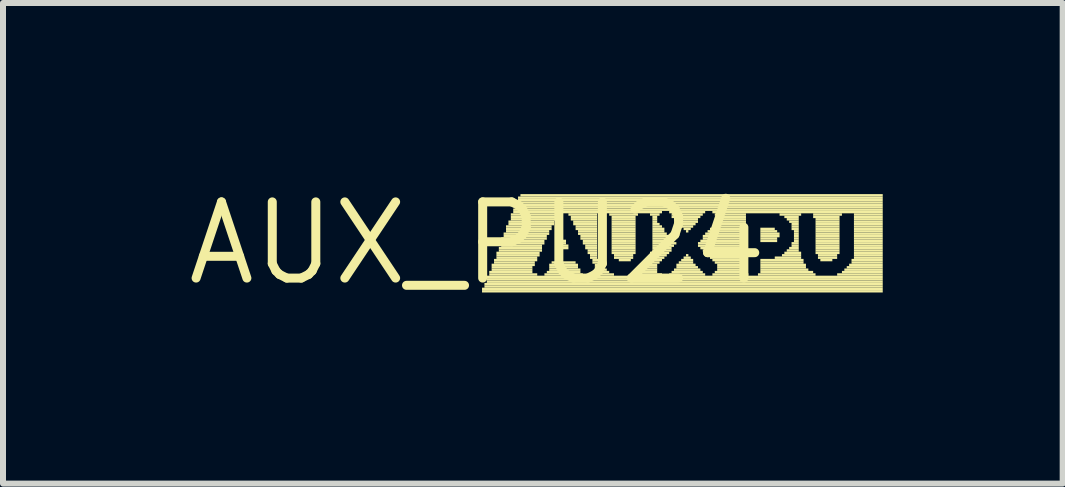
<source format=kicad_pcb>
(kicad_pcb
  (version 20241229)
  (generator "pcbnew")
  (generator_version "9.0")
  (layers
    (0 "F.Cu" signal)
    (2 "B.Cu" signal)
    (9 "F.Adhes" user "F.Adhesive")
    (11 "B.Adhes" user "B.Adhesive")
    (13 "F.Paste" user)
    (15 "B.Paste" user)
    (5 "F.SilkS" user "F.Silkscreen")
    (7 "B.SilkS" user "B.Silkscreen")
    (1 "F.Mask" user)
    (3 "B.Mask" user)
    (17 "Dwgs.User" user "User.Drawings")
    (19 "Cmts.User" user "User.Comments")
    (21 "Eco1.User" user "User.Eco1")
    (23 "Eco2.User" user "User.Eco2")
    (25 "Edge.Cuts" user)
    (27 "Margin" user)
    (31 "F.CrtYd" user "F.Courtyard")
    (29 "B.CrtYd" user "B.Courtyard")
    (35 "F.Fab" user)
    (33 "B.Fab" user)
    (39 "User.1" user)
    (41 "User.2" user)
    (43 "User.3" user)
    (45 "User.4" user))
  (footprint "AUX_PU24"
    (layer "F.Cu")
    (at 4.906 1.006)
    (property "Reference" "AUX_PU24" (at 0 0 0) (layer "F.SilkS") (effects (font (size 1.27 1.27) (thickness 0.15))))
    (fp_poly (pts (xy 0.08 0.78) (xy 6.76 0.78) (xy 6.76 0.74) (xy 0.08 0.74)) (stroke (width 0) (type solid)) (fill yes) (layer "F.SilkS"))
    (fp_poly (pts (xy 0.08 0.82) (xy 6.76 0.82) (xy 6.76 0.78) (xy 0.08 0.78)) (stroke (width 0) (type solid)) (fill yes) (layer "F.SilkS"))
    (fp_poly (pts (xy 0.12 0.7) (xy 6.76 0.7) (xy 6.76 0.66) (xy 0.12 0.66)) (stroke (width 0) (type solid)) (fill yes) (layer "F.SilkS"))
    (fp_poly (pts (xy 0.12 0.74) (xy 6.76 0.74) (xy 6.76 0.7) (xy 0.12 0.7)) (stroke (width 0) (type solid)) (fill yes) (layer "F.SilkS"))
    (fp_poly (pts (xy 0.16 0.58) (xy 6.76 0.58) (xy 6.76 0.54) (xy 0.16 0.54)) (stroke (width 0) (type solid)) (fill yes) (layer "F.SilkS"))
    (fp_poly (pts (xy 0.16 0.62) (xy 6.76 0.62) (xy 6.76 0.58) (xy 0.16 0.58)) (stroke (width 0) (type solid)) (fill yes) (layer "F.SilkS"))
    (fp_poly (pts (xy 0.16 0.66) (xy 6.76 0.66) (xy 6.76 0.62) (xy 0.16 0.62)) (stroke (width 0) (type solid)) (fill yes) (layer "F.SilkS"))
    (fp_poly (pts (xy 0.2 0.5) (xy 0.92 0.5) (xy 0.92 0.46) (xy 0.2 0.46)) (stroke (width 0) (type solid)) (fill yes) (layer "F.SilkS"))
    (fp_poly (pts (xy 0.2 0.54) (xy 1 0.54) (xy 1 0.5) (xy 0.2 0.5)) (stroke (width 0) (type solid)) (fill yes) (layer "F.SilkS"))
    (fp_poly (pts (xy 0.24 0.38) (xy 0.96 0.38) (xy 0.96 0.34) (xy 0.24 0.34)) (stroke (width 0) (type solid)) (fill yes) (layer "F.SilkS"))
    (fp_poly (pts (xy 0.24 0.42) (xy 0.92 0.42) (xy 0.92 0.38) (xy 0.24 0.38)) (stroke (width 0) (type solid)) (fill yes) (layer "F.SilkS"))
    (fp_poly (pts (xy 0.24 0.46) (xy 0.92 0.46) (xy 0.92 0.42) (xy 0.24 0.42)) (stroke (width 0) (type solid)) (fill yes) (layer "F.SilkS"))
    (fp_poly (pts (xy 0.28 0.3) (xy 1 0.3) (xy 1 0.26) (xy 0.28 0.26)) (stroke (width 0) (type solid)) (fill yes) (layer "F.SilkS"))
    (fp_poly (pts (xy 0.28 0.34) (xy 0.96 0.34) (xy 0.96 0.3) (xy 0.28 0.3)) (stroke (width 0) (type solid)) (fill yes) (layer "F.SilkS"))
    (fp_poly (pts (xy 0.32 0.18) (xy 1.04 0.18) (xy 1.04 0.14) (xy 0.32 0.14)) (stroke (width 0) (type solid)) (fill yes) (layer "F.SilkS"))
    (fp_poly (pts (xy 0.32 0.22) (xy 1.04 0.22) (xy 1.04 0.18) (xy 0.32 0.18)) (stroke (width 0) (type solid)) (fill yes) (layer "F.SilkS"))
    (fp_poly (pts (xy 0.32 0.26) (xy 1 0.26) (xy 1 0.22) (xy 0.32 0.22)) (stroke (width 0) (type solid)) (fill yes) (layer "F.SilkS"))
    (fp_poly (pts (xy 0.36 0.1) (xy 1.08 0.1) (xy 1.08 0.06) (xy 0.36 0.06)) (stroke (width 0) (type solid)) (fill yes) (layer "F.SilkS"))
    (fp_poly (pts (xy 0.36 0.14) (xy 1.08 0.14) (xy 1.08 0.1) (xy 0.36 0.1)) (stroke (width 0) (type solid)) (fill yes) (layer "F.SilkS"))
    (fp_poly (pts (xy 0.4 -0.06) (xy 1.16 -0.06) (xy 1.16 -0.1) (xy 0.4 -0.1)) (stroke (width 0) (type solid)) (fill yes) (layer "F.SilkS"))
    (fp_poly (pts (xy 0.4 -0.02) (xy 1.12 -0.02) (xy 1.12 -0.06) (xy 0.4 -0.06)) (stroke (width 0) (type solid)) (fill yes) (layer "F.SilkS"))
    (fp_poly (pts (xy 0.4 0.02) (xy 1.12 0.02) (xy 1.12 -0.02) (xy 0.4 -0.02)) (stroke (width 0) (type solid)) (fill yes) (layer "F.SilkS"))
    (fp_poly (pts (xy 0.4 0.06) (xy 1.08 0.06) (xy 1.08 0.02) (xy 0.4 0.02)) (stroke (width 0) (type solid)) (fill yes) (layer "F.SilkS"))
    (fp_poly (pts (xy 0.44 -0.14) (xy 1.2 -0.14) (xy 1.2 -0.18) (xy 0.44 -0.18)) (stroke (width 0) (type solid)) (fill yes) (layer "F.SilkS"))
    (fp_poly (pts (xy 0.44 -0.1) (xy 1.16 -0.1) (xy 1.16 -0.14) (xy 0.44 -0.14)) (stroke (width 0) (type solid)) (fill yes) (layer "F.SilkS"))
    (fp_poly (pts (xy 0.48 -0.26) (xy 1.24 -0.26) (xy 1.24 -0.3) (xy 0.48 -0.3)) (stroke (width 0) (type solid)) (fill yes) (layer "F.SilkS"))
    (fp_poly (pts (xy 0.48 -0.22) (xy 1.24 -0.22) (xy 1.24 -0.26) (xy 0.48 -0.26)) (stroke (width 0) (type solid)) (fill yes) (layer "F.SilkS"))
    (fp_poly (pts (xy 0.48 -0.18) (xy 1.2 -0.18) (xy 1.2 -0.22) (xy 0.48 -0.22)) (stroke (width 0) (type solid)) (fill yes) (layer "F.SilkS"))
    (fp_poly (pts (xy 0.52 -0.34) (xy 1.28 -0.34) (xy 1.28 -0.38) (xy 0.52 -0.38)) (stroke (width 0) (type solid)) (fill yes) (layer "F.SilkS"))
    (fp_poly (pts (xy 0.52 -0.3) (xy 1.28 -0.3) (xy 1.28 -0.34) (xy 0.52 -0.34)) (stroke (width 0) (type solid)) (fill yes) (layer "F.SilkS"))
    (fp_poly (pts (xy 0.56 -0.46) (xy 1.36 -0.46) (xy 1.36 -0.5) (xy 0.56 -0.5)) (stroke (width 0) (type solid)) (fill yes) (layer "F.SilkS"))
    (fp_poly (pts (xy 0.56 -0.42) (xy 1.32 -0.42) (xy 1.32 -0.46) (xy 0.56 -0.46)) (stroke (width 0) (type solid)) (fill yes) (layer "F.SilkS"))
    (fp_poly (pts (xy 0.56 -0.38) (xy 1.32 -0.38) (xy 1.32 -0.42) (xy 0.56 -0.42)) (stroke (width 0) (type solid)) (fill yes) (layer "F.SilkS"))
    (fp_poly (pts (xy 0.6 -0.54) (xy 6.76 -0.54) (xy 6.76 -0.58) (xy 0.6 -0.58)) (stroke (width 0) (type solid)) (fill yes) (layer "F.SilkS"))
    (fp_poly (pts (xy 0.6 -0.5) (xy 3.08 -0.5) (xy 3.08 -0.54) (xy 0.6 -0.54)) (stroke (width 0) (type solid)) (fill yes) (layer "F.SilkS"))
    (fp_poly (pts (xy 0.64 -0.66) (xy 6.76 -0.66) (xy 6.76 -0.7) (xy 0.64 -0.7)) (stroke (width 0) (type solid)) (fill yes) (layer "F.SilkS"))
    (fp_poly (pts (xy 0.64 -0.62) (xy 6.76 -0.62) (xy 6.76 -0.66) (xy 0.64 -0.66)) (stroke (width 0) (type solid)) (fill yes) (layer "F.SilkS"))
    (fp_poly (pts (xy 0.64 -0.58) (xy 6.76 -0.58) (xy 6.76 -0.62) (xy 0.64 -0.62)) (stroke (width 0) (type solid)) (fill yes) (layer "F.SilkS"))
    (fp_poly (pts (xy 0.68 -0.74) (xy 6.76 -0.74) (xy 6.76 -0.78) (xy 0.68 -0.78)) (stroke (width 0) (type solid)) (fill yes) (layer "F.SilkS"))
    (fp_poly (pts (xy 0.68 -0.7) (xy 6.76 -0.7) (xy 6.76 -0.74) (xy 0.68 -0.74)) (stroke (width 0) (type solid)) (fill yes) (layer "F.SilkS"))
    (fp_poly (pts (xy 0.72 -0.78) (xy 6.76 -0.78) (xy 6.76 -0.82) (xy 0.72 -0.82)) (stroke (width 0) (type solid)) (fill yes) (layer "F.SilkS"))
    (fp_poly (pts (xy 1.12 0.54) (xy 1.76 0.54) (xy 1.76 0.5) (xy 1.12 0.5)) (stroke (width 0) (type solid)) (fill yes) (layer "F.SilkS"))
    (fp_poly (pts (xy 1.16 0.5) (xy 1.72 0.5) (xy 1.72 0.46) (xy 1.16 0.46)) (stroke (width 0) (type solid)) (fill yes) (layer "F.SilkS"))
    (fp_poly (pts (xy 1.2 0.38) (xy 1.68 0.38) (xy 1.68 0.34) (xy 1.2 0.34)) (stroke (width 0) (type solid)) (fill yes) (layer "F.SilkS"))
    (fp_poly (pts (xy 1.2 0.42) (xy 1.68 0.42) (xy 1.68 0.38) (xy 1.2 0.38)) (stroke (width 0) (type solid)) (fill yes) (layer "F.SilkS"))
    (fp_poly (pts (xy 1.2 0.46) (xy 1.72 0.46) (xy 1.72 0.42) (xy 1.2 0.42)) (stroke (width 0) (type solid)) (fill yes) (layer "F.SilkS"))
    (fp_poly (pts (xy 1.24 0.34) (xy 1.64 0.34) (xy 1.64 0.3) (xy 1.24 0.3)) (stroke (width 0) (type solid)) (fill yes) (layer "F.SilkS"))
    (fp_poly (pts (xy 1.36 0.06) (xy 1.52 0.06) (xy 1.52 0.02) (xy 1.36 0.02)) (stroke (width 0) (type solid)) (fill yes) (layer "F.SilkS"))
    (fp_poly (pts (xy 1.36 0.1) (xy 1.52 0.1) (xy 1.52 0.06) (xy 1.36 0.06)) (stroke (width 0) (type solid)) (fill yes) (layer "F.SilkS"))
    (fp_poly (pts (xy 1.4 -0.02) (xy 1.48 -0.02) (xy 1.48 -0.06) (xy 1.4 -0.06)) (stroke (width 0) (type solid)) (fill yes) (layer "F.SilkS"))
    (fp_poly (pts (xy 1.4 0.02) (xy 1.48 0.02) (xy 1.48 -0.02) (xy 1.4 -0.02)) (stroke (width 0) (type solid)) (fill yes) (layer "F.SilkS"))
    (fp_poly (pts (xy 1.52 -0.46) (xy 2 -0.46) (xy 2 -0.5) (xy 1.52 -0.5)) (stroke (width 0) (type solid)) (fill yes) (layer "F.SilkS"))
    (fp_poly (pts (xy 1.56 -0.42) (xy 2 -0.42) (xy 2 -0.46) (xy 1.56 -0.46)) (stroke (width 0) (type solid)) (fill yes) (layer "F.SilkS"))
    (fp_poly (pts (xy 1.56 -0.38) (xy 2 -0.38) (xy 2 -0.42) (xy 1.56 -0.42)) (stroke (width 0) (type solid)) (fill yes) (layer "F.SilkS"))
    (fp_poly (pts (xy 1.6 -0.34) (xy 2 -0.34) (xy 2 -0.38) (xy 1.6 -0.38)) (stroke (width 0) (type solid)) (fill yes) (layer "F.SilkS"))
    (fp_poly (pts (xy 1.6 -0.3) (xy 2 -0.3) (xy 2 -0.34) (xy 1.6 -0.34)) (stroke (width 0) (type solid)) (fill yes) (layer "F.SilkS"))
    (fp_poly (pts (xy 1.64 -0.26) (xy 2 -0.26) (xy 2 -0.3) (xy 1.64 -0.3)) (stroke (width 0) (type solid)) (fill yes) (layer "F.SilkS"))
    (fp_poly (pts (xy 1.64 -0.22) (xy 2 -0.22) (xy 2 -0.26) (xy 1.64 -0.26)) (stroke (width 0) (type solid)) (fill yes) (layer "F.SilkS"))
    (fp_poly (pts (xy 1.68 -0.18) (xy 2 -0.18) (xy 2 -0.22) (xy 1.68 -0.22)) (stroke (width 0) (type solid)) (fill yes) (layer "F.SilkS"))
    (fp_poly (pts (xy 1.68 -0.14) (xy 2 -0.14) (xy 2 -0.18) (xy 1.68 -0.18)) (stroke (width 0) (type solid)) (fill yes) (layer "F.SilkS"))
    (fp_poly (pts (xy 1.72 -0.1) (xy 2 -0.1) (xy 2 -0.14) (xy 1.72 -0.14)) (stroke (width 0) (type solid)) (fill yes) (layer "F.SilkS"))
    (fp_poly (pts (xy 1.72 -0.06) (xy 2 -0.06) (xy 2 -0.1) (xy 1.72 -0.1)) (stroke (width 0) (type solid)) (fill yes) (layer "F.SilkS"))
    (fp_poly (pts (xy 1.76 -0.02) (xy 2 -0.02) (xy 2 -0.06) (xy 1.76 -0.06)) (stroke (width 0) (type solid)) (fill yes) (layer "F.SilkS"))
    (fp_poly (pts (xy 1.76 0.02) (xy 2 0.02) (xy 2 -0.02) (xy 1.76 -0.02)) (stroke (width 0) (type solid)) (fill yes) (layer "F.SilkS"))
    (fp_poly (pts (xy 1.8 0.06) (xy 2 0.06) (xy 2 0.02) (xy 1.8 0.02)) (stroke (width 0) (type solid)) (fill yes) (layer "F.SilkS"))
    (fp_poly (pts (xy 1.8 0.1) (xy 2 0.1) (xy 2 0.06) (xy 1.8 0.06)) (stroke (width 0) (type solid)) (fill yes) (layer "F.SilkS"))
    (fp_poly (pts (xy 1.84 0.14) (xy 2 0.14) (xy 2 0.1) (xy 1.84 0.1)) (stroke (width 0) (type solid)) (fill yes) (layer "F.SilkS"))
    (fp_poly (pts (xy 1.84 0.18) (xy 2 0.18) (xy 2 0.14) (xy 1.84 0.14)) (stroke (width 0) (type solid)) (fill yes) (layer "F.SilkS"))
    (fp_poly (pts (xy 1.88 0.22) (xy 2 0.22) (xy 2 0.18) (xy 1.88 0.18)) (stroke (width 0) (type solid)) (fill yes) (layer "F.SilkS"))
    (fp_poly (pts (xy 1.88 0.26) (xy 2 0.26) (xy 2 0.22) (xy 1.88 0.22)) (stroke (width 0) (type solid)) (fill yes) (layer "F.SilkS"))
    (fp_poly (pts (xy 1.92 0.3) (xy 2.04 0.3) (xy 2.04 0.26) (xy 1.92 0.26)) (stroke (width 0) (type solid)) (fill yes) (layer "F.SilkS"))
    (fp_poly (pts (xy 1.92 0.34) (xy 2.04 0.34) (xy 2.04 0.3) (xy 1.92 0.3)) (stroke (width 0) (type solid)) (fill yes) (layer "F.SilkS"))
    (fp_poly (pts (xy 1.92 0.54) (xy 2.28 0.54) (xy 2.28 0.5) (xy 1.92 0.5)) (stroke (width 0) (type solid)) (fill yes) (layer "F.SilkS"))
    (fp_poly (pts (xy 1.96 0.38) (xy 2.08 0.38) (xy 2.08 0.34) (xy 1.96 0.34)) (stroke (width 0) (type solid)) (fill yes) (layer "F.SilkS"))
    (fp_poly (pts (xy 1.96 0.42) (xy 2.12 0.42) (xy 2.12 0.38) (xy 1.96 0.38)) (stroke (width 0) (type solid)) (fill yes) (layer "F.SilkS"))
    (fp_poly (pts (xy 1.96 0.46) (xy 2.16 0.46) (xy 2.16 0.42) (xy 1.96 0.42)) (stroke (width 0) (type solid)) (fill yes) (layer "F.SilkS"))
    (fp_poly (pts (xy 1.96 0.5) (xy 2.2 0.5) (xy 2.2 0.46) (xy 1.96 0.46)) (stroke (width 0) (type solid)) (fill yes) (layer "F.SilkS"))
    (fp_poly (pts (xy 2.2 -0.46) (xy 2.68 -0.46) (xy 2.68 -0.5) (xy 2.2 -0.5)) (stroke (width 0) (type solid)) (fill yes) (layer "F.SilkS"))
    (fp_poly (pts (xy 2.24 -0.42) (xy 2.64 -0.42) (xy 2.64 -0.46) (xy 2.24 -0.46)) (stroke (width 0) (type solid)) (fill yes) (layer "F.SilkS"))
    (fp_poly (pts (xy 2.24 -0.38) (xy 2.64 -0.38) (xy 2.64 -0.42) (xy 2.24 -0.42)) (stroke (width 0) (type solid)) (fill yes) (layer "F.SilkS"))
    (fp_poly (pts (xy 2.24 -0.34) (xy 2.64 -0.34) (xy 2.64 -0.38) (xy 2.24 -0.38)) (stroke (width 0) (type solid)) (fill yes) (layer "F.SilkS"))
    (fp_poly (pts (xy 2.24 -0.3) (xy 2.64 -0.3) (xy 2.64 -0.34) (xy 2.24 -0.34)) (stroke (width 0) (type solid)) (fill yes) (layer "F.SilkS"))
    (fp_poly (pts (xy 2.24 -0.26) (xy 2.64 -0.26) (xy 2.64 -0.3) (xy 2.24 -0.3)) (stroke (width 0) (type solid)) (fill yes) (layer "F.SilkS"))
    (fp_poly (pts (xy 2.24 -0.22) (xy 2.64 -0.22) (xy 2.64 -0.26) (xy 2.24 -0.26)) (stroke (width 0) (type solid)) (fill yes) (layer "F.SilkS"))
    (fp_poly (pts (xy 2.24 -0.18) (xy 2.64 -0.18) (xy 2.64 -0.22) (xy 2.24 -0.22)) (stroke (width 0) (type solid)) (fill yes) (layer "F.SilkS"))
    (fp_poly (pts (xy 2.24 -0.14) (xy 2.64 -0.14) (xy 2.64 -0.18) (xy 2.24 -0.18)) (stroke (width 0) (type solid)) (fill yes) (layer "F.SilkS"))
    (fp_poly (pts (xy 2.24 -0.1) (xy 2.64 -0.1) (xy 2.64 -0.14) (xy 2.24 -0.14)) (stroke (width 0) (type solid)) (fill yes) (layer "F.SilkS"))
    (fp_poly (pts (xy 2.24 -0.06) (xy 2.64 -0.06) (xy 2.64 -0.1) (xy 2.24 -0.1)) (stroke (width 0) (type solid)) (fill yes) (layer "F.SilkS"))
    (fp_poly (pts (xy 2.24 -0.02) (xy 2.64 -0.02) (xy 2.64 -0.06) (xy 2.24 -0.06)) (stroke (width 0) (type solid)) (fill yes) (layer "F.SilkS"))
    (fp_poly (pts (xy 2.24 0.02) (xy 2.64 0.02) (xy 2.64 -0.02) (xy 2.24 -0.02)) (stroke (width 0) (type solid)) (fill yes) (layer "F.SilkS"))
    (fp_poly (pts (xy 2.24 0.06) (xy 2.64 0.06) (xy 2.64 0.02) (xy 2.24 0.02)) (stroke (width 0) (type solid)) (fill yes) (layer "F.SilkS"))
    (fp_poly (pts (xy 2.24 0.1) (xy 2.64 0.1) (xy 2.64 0.06) (xy 2.24 0.06)) (stroke (width 0) (type solid)) (fill yes) (layer "F.SilkS"))
    (fp_poly (pts (xy 2.24 0.14) (xy 2.64 0.14) (xy 2.64 0.1) (xy 2.24 0.1)) (stroke (width 0) (type solid)) (fill yes) (layer "F.SilkS"))
    (fp_poly (pts (xy 2.24 0.18) (xy 2.64 0.18) (xy 2.64 0.14) (xy 2.24 0.14)) (stroke (width 0) (type solid)) (fill yes) (layer "F.SilkS"))
    (fp_poly (pts (xy 2.28 0.22) (xy 2.6 0.22) (xy 2.6 0.18) (xy 2.28 0.18)) (stroke (width 0) (type solid)) (fill yes) (layer "F.SilkS"))
    (fp_poly (pts (xy 2.28 0.26) (xy 2.6 0.26) (xy 2.6 0.22) (xy 2.28 0.22)) (stroke (width 0) (type solid)) (fill yes) (layer "F.SilkS"))
    (fp_poly (pts (xy 2.36 0.3) (xy 2.56 0.3) (xy 2.56 0.26) (xy 2.36 0.26)) (stroke (width 0) (type solid)) (fill yes) (layer "F.SilkS"))
    (fp_poly (pts (xy 2.64 0.54) (xy 3.08 0.54) (xy 3.08 0.5) (xy 2.64 0.5)) (stroke (width 0) (type solid)) (fill yes) (layer "F.SilkS"))
    (fp_poly (pts (xy 2.68 0.5) (xy 3 0.5) (xy 3 0.46) (xy 2.68 0.46)) (stroke (width 0) (type solid)) (fill yes) (layer "F.SilkS"))
    (fp_poly (pts (xy 2.76 0.46) (xy 3 0.46) (xy 3 0.42) (xy 2.76 0.42)) (stroke (width 0) (type solid)) (fill yes) (layer "F.SilkS"))
    (fp_poly (pts (xy 2.8 0.38) (xy 3 0.38) (xy 3 0.34) (xy 2.8 0.34)) (stroke (width 0) (type solid)) (fill yes) (layer "F.SilkS"))
    (fp_poly (pts (xy 2.8 0.42) (xy 3 0.42) (xy 3 0.38) (xy 2.8 0.38)) (stroke (width 0) (type solid)) (fill yes) (layer "F.SilkS"))
    (fp_poly (pts (xy 2.84 0.3) (xy 3.08 0.3) (xy 3.08 0.26) (xy 2.84 0.26)) (stroke (width 0) (type solid)) (fill yes) (layer "F.SilkS"))
    (fp_poly (pts (xy 2.84 0.34) (xy 3.04 0.34) (xy 3.04 0.3) (xy 2.84 0.3)) (stroke (width 0) (type solid)) (fill yes) (layer "F.SilkS"))
    (fp_poly (pts (xy 2.88 -0.46) (xy 3.04 -0.46) (xy 3.04 -0.5) (xy 2.88 -0.5)) (stroke (width 0) (type solid)) (fill yes) (layer "F.SilkS"))
    (fp_poly (pts (xy 2.88 0.18) (xy 3.2 0.18) (xy 3.2 0.14) (xy 2.88 0.14)) (stroke (width 0) (type solid)) (fill yes) (layer "F.SilkS"))
    (fp_poly (pts (xy 2.88 0.22) (xy 3.16 0.22) (xy 3.16 0.18) (xy 2.88 0.18)) (stroke (width 0) (type solid)) (fill yes) (layer "F.SilkS"))
    (fp_poly (pts (xy 2.88 0.26) (xy 3.12 0.26) (xy 3.12 0.22) (xy 2.88 0.22)) (stroke (width 0) (type solid)) (fill yes) (layer "F.SilkS"))
    (fp_poly (pts (xy 2.92 -0.42) (xy 3 -0.42) (xy 3 -0.46) (xy 2.92 -0.46)) (stroke (width 0) (type solid)) (fill yes) (layer "F.SilkS"))
    (fp_poly (pts (xy 2.92 -0.38) (xy 3 -0.38) (xy 3 -0.42) (xy 2.92 -0.42)) (stroke (width 0) (type solid)) (fill yes) (layer "F.SilkS"))
    (fp_poly (pts (xy 2.92 -0.34) (xy 3 -0.34) (xy 3 -0.38) (xy 2.92 -0.38)) (stroke (width 0) (type solid)) (fill yes) (layer "F.SilkS"))
    (fp_poly (pts (xy 2.92 -0.3) (xy 3.04 -0.3) (xy 3.04 -0.34) (xy 2.92 -0.34)) (stroke (width 0) (type solid)) (fill yes) (layer "F.SilkS"))
    (fp_poly (pts (xy 2.92 -0.26) (xy 3.08 -0.26) (xy 3.08 -0.3) (xy 2.92 -0.3)) (stroke (width 0) (type solid)) (fill yes) (layer "F.SilkS"))
    (fp_poly (pts (xy 2.92 -0.22) (xy 3.12 -0.22) (xy 3.12 -0.26) (xy 2.92 -0.26)) (stroke (width 0) (type solid)) (fill yes) (layer "F.SilkS"))
    (fp_poly (pts (xy 2.92 -0.18) (xy 3.12 -0.18) (xy 3.12 -0.22) (xy 2.92 -0.22)) (stroke (width 0) (type solid)) (fill yes) (layer "F.SilkS"))
    (fp_poly (pts (xy 2.92 -0.14) (xy 3.16 -0.14) (xy 3.16 -0.18) (xy 2.92 -0.18)) (stroke (width 0) (type solid)) (fill yes) (layer "F.SilkS"))
    (fp_poly (pts (xy 2.92 -0.1) (xy 3.2 -0.1) (xy 3.2 -0.14) (xy 2.92 -0.14)) (stroke (width 0) (type solid)) (fill yes) (layer "F.SilkS"))
    (fp_poly (pts (xy 2.92 -0.06) (xy 3.24 -0.06) (xy 3.24 -0.1) (xy 2.92 -0.1)) (stroke (width 0) (type solid)) (fill yes) (layer "F.SilkS"))
    (fp_poly (pts (xy 2.92 -0.02) (xy 3.28 -0.02) (xy 3.28 -0.06) (xy 2.92 -0.06)) (stroke (width 0) (type solid)) (fill yes) (layer "F.SilkS"))
    (fp_poly (pts (xy 2.92 0.02) (xy 3.32 0.02) (xy 3.32 -0.02) (xy 2.92 -0.02)) (stroke (width 0) (type solid)) (fill yes) (layer "F.SilkS"))
    (fp_poly (pts (xy 2.92 0.06) (xy 3.28 0.06) (xy 3.28 0.02) (xy 2.92 0.02)) (stroke (width 0) (type solid)) (fill yes) (layer "F.SilkS"))
    (fp_poly (pts (xy 2.92 0.1) (xy 3.24 0.1) (xy 3.24 0.06) (xy 2.92 0.06)) (stroke (width 0) (type solid)) (fill yes) (layer "F.SilkS"))
    (fp_poly (pts (xy 2.92 0.14) (xy 3.24 0.14) (xy 3.24 0.1) (xy 2.92 0.1)) (stroke (width 0) (type solid)) (fill yes) (layer "F.SilkS"))
    (fp_poly (pts (xy 3.2 -0.5) (xy 3.8 -0.5) (xy 3.8 -0.54) (xy 3.2 -0.54)) (stroke (width 0) (type solid)) (fill yes) (layer "F.SilkS"))
    (fp_poly (pts (xy 3.2 0.54) (xy 3.8 0.54) (xy 3.8 0.5) (xy 3.2 0.5)) (stroke (width 0) (type solid)) (fill yes) (layer "F.SilkS"))
    (fp_poly (pts (xy 3.24 -0.46) (xy 3.76 -0.46) (xy 3.76 -0.5) (xy 3.24 -0.5)) (stroke (width 0) (type solid)) (fill yes) (layer "F.SilkS"))
    (fp_poly (pts (xy 3.24 -0.42) (xy 3.72 -0.42) (xy 3.72 -0.46) (xy 3.24 -0.46)) (stroke (width 0) (type solid)) (fill yes) (layer "F.SilkS"))
    (fp_poly (pts (xy 3.24 0.5) (xy 3.76 0.5) (xy 3.76 0.46) (xy 3.24 0.46)) (stroke (width 0) (type solid)) (fill yes) (layer "F.SilkS"))
    (fp_poly (pts (xy 3.28 -0.38) (xy 3.68 -0.38) (xy 3.68 -0.42) (xy 3.28 -0.42)) (stroke (width 0) (type solid)) (fill yes) (layer "F.SilkS"))
    (fp_poly (pts (xy 3.28 0.46) (xy 3.72 0.46) (xy 3.72 0.42) (xy 3.28 0.42)) (stroke (width 0) (type solid)) (fill yes) (layer "F.SilkS"))
    (fp_poly (pts (xy 3.32 -0.34) (xy 3.68 -0.34) (xy 3.68 -0.38) (xy 3.32 -0.38)) (stroke (width 0) (type solid)) (fill yes) (layer "F.SilkS"))
    (fp_poly (pts (xy 3.32 0.38) (xy 3.64 0.38) (xy 3.64 0.34) (xy 3.32 0.34)) (stroke (width 0) (type solid)) (fill yes) (layer "F.SilkS"))
    (fp_poly (pts (xy 3.32 0.42) (xy 3.68 0.42) (xy 3.68 0.38) (xy 3.32 0.38)) (stroke (width 0) (type solid)) (fill yes) (layer "F.SilkS"))
    (fp_poly (pts (xy 3.36 -0.3) (xy 3.64 -0.3) (xy 3.64 -0.34) (xy 3.36 -0.34)) (stroke (width 0) (type solid)) (fill yes) (layer "F.SilkS"))
    (fp_poly (pts (xy 3.36 0.34) (xy 3.6 0.34) (xy 3.6 0.3) (xy 3.36 0.3)) (stroke (width 0) (type solid)) (fill yes) (layer "F.SilkS"))
    (fp_poly (pts (xy 3.4 -0.26) (xy 3.6 -0.26) (xy 3.6 -0.3) (xy 3.4 -0.3)) (stroke (width 0) (type solid)) (fill yes) (layer "F.SilkS"))
    (fp_poly (pts (xy 3.4 0.3) (xy 3.6 0.3) (xy 3.6 0.26) (xy 3.4 0.26)) (stroke (width 0) (type solid)) (fill yes) (layer "F.SilkS"))
    (fp_poly (pts (xy 3.44 -0.22) (xy 3.56 -0.22) (xy 3.56 -0.26) (xy 3.44 -0.26)) (stroke (width 0) (type solid)) (fill yes) (layer "F.SilkS"))
    (fp_poly (pts (xy 3.44 0.26) (xy 3.56 0.26) (xy 3.56 0.22) (xy 3.44 0.22)) (stroke (width 0) (type solid)) (fill yes) (layer "F.SilkS"))
    (fp_poly (pts (xy 3.48 -0.18) (xy 3.52 -0.18) (xy 3.52 -0.22) (xy 3.48 -0.22)) (stroke (width 0) (type solid)) (fill yes) (layer "F.SilkS"))
    (fp_poly (pts (xy 3.48 0.22) (xy 3.52 0.22) (xy 3.52 0.18) (xy 3.48 0.18)) (stroke (width 0) (type solid)) (fill yes) (layer "F.SilkS"))
    (fp_poly (pts (xy 3.68 0.02) (xy 4.48 0.02) (xy 4.48 -0.02) (xy 3.68 -0.02)) (stroke (width 0) (type solid)) (fill yes) (layer "F.SilkS"))
    (fp_poly (pts (xy 3.68 0.06) (xy 4.48 0.06) (xy 4.48 0.02) (xy 3.68 0.02)) (stroke (width 0) (type solid)) (fill yes) (layer "F.SilkS"))
    (fp_poly (pts (xy 3.72 -0.02) (xy 4.48 -0.02) (xy 4.48 -0.06) (xy 3.72 -0.06)) (stroke (width 0) (type solid)) (fill yes) (layer "F.SilkS"))
    (fp_poly (pts (xy 3.72 0.1) (xy 4.48 0.1) (xy 4.48 0.06) (xy 3.72 0.06)) (stroke (width 0) (type solid)) (fill yes) (layer "F.SilkS"))
    (fp_poly (pts (xy 3.76 -0.1) (xy 4.48 -0.1) (xy 4.48 -0.14) (xy 3.76 -0.14)) (stroke (width 0) (type solid)) (fill yes) (layer "F.SilkS"))
    (fp_poly (pts (xy 3.76 -0.06) (xy 4.48 -0.06) (xy 4.48 -0.1) (xy 3.76 -0.1)) (stroke (width 0) (type solid)) (fill yes) (layer "F.SilkS"))
    (fp_poly (pts (xy 3.76 0.14) (xy 4.48 0.14) (xy 4.48 0.1) (xy 3.76 0.1)) (stroke (width 0) (type solid)) (fill yes) (layer "F.SilkS"))
    (fp_poly (pts (xy 3.8 -0.14) (xy 4.48 -0.14) (xy 4.48 -0.18) (xy 3.8 -0.18)) (stroke (width 0) (type solid)) (fill yes) (layer "F.SilkS"))
    (fp_poly (pts (xy 3.8 0.18) (xy 4.48 0.18) (xy 4.48 0.14) (xy 3.8 0.14)) (stroke (width 0) (type solid)) (fill yes) (layer "F.SilkS"))
    (fp_poly (pts (xy 3.84 -0.18) (xy 4.48 -0.18) (xy 4.48 -0.22) (xy 3.84 -0.22)) (stroke (width 0) (type solid)) (fill yes) (layer "F.SilkS"))
    (fp_poly (pts (xy 3.84 0.22) (xy 4.48 0.22) (xy 4.48 0.18) (xy 3.84 0.18)) (stroke (width 0) (type solid)) (fill yes) (layer "F.SilkS"))
    (fp_poly (pts (xy 3.88 -0.22) (xy 4.48 -0.22) (xy 4.48 -0.26) (xy 3.88 -0.26)) (stroke (width 0) (type solid)) (fill yes) (layer "F.SilkS"))
    (fp_poly (pts (xy 3.88 0.26) (xy 4.48 0.26) (xy 4.48 0.22) (xy 3.88 0.22)) (stroke (width 0) (type solid)) (fill yes) (layer "F.SilkS"))
    (fp_poly (pts (xy 3.92 -0.5) (xy 6.76 -0.5) (xy 6.76 -0.54) (xy 3.92 -0.54)) (stroke (width 0) (type solid)) (fill yes) (layer "F.SilkS"))
    (fp_poly (pts (xy 3.92 -0.26) (xy 4.48 -0.26) (xy 4.48 -0.3) (xy 3.92 -0.3)) (stroke (width 0) (type solid)) (fill yes) (layer "F.SilkS"))
    (fp_poly (pts (xy 3.92 0.3) (xy 4.48 0.3) (xy 4.48 0.26) (xy 3.92 0.26)) (stroke (width 0) (type solid)) (fill yes) (layer "F.SilkS"))
    (fp_poly (pts (xy 3.92 0.54) (xy 4.52 0.54) (xy 4.52 0.5) (xy 3.92 0.5)) (stroke (width 0) (type solid)) (fill yes) (layer "F.SilkS"))
    (fp_poly (pts (xy 3.96 -0.46) (xy 4.48 -0.46) (xy 4.48 -0.5) (xy 3.96 -0.5)) (stroke (width 0) (type solid)) (fill yes) (layer "F.SilkS"))
    (fp_poly (pts (xy 3.96 -0.3) (xy 4.48 -0.3) (xy 4.48 -0.34) (xy 3.96 -0.34)) (stroke (width 0) (type solid)) (fill yes) (layer "F.SilkS"))
    (fp_poly (pts (xy 3.96 0.34) (xy 4.48 0.34) (xy 4.48 0.3) (xy 3.96 0.3)) (stroke (width 0) (type solid)) (fill yes) (layer "F.SilkS"))
    (fp_poly (pts (xy 3.96 0.5) (xy 4.48 0.5) (xy 4.48 0.46) (xy 3.96 0.46)) (stroke (width 0) (type solid)) (fill yes) (layer "F.SilkS"))
    (fp_poly (pts (xy 4 -0.42) (xy 4.48 -0.42) (xy 4.48 -0.46) (xy 4 -0.46)) (stroke (width 0) (type solid)) (fill yes) (layer "F.SilkS"))
    (fp_poly (pts (xy 4 -0.38) (xy 4.48 -0.38) (xy 4.48 -0.42) (xy 4 -0.42)) (stroke (width 0) (type solid)) (fill yes) (layer "F.SilkS"))
    (fp_poly (pts (xy 4 -0.34) (xy 4.48 -0.34) (xy 4.48 -0.38) (xy 4 -0.38)) (stroke (width 0) (type solid)) (fill yes) (layer "F.SilkS"))
    (fp_poly (pts (xy 4 0.38) (xy 4.48 0.38) (xy 4.48 0.34) (xy 4 0.34)) (stroke (width 0) (type solid)) (fill yes) (layer "F.SilkS"))
    (fp_poly (pts (xy 4 0.42) (xy 4.48 0.42) (xy 4.48 0.38) (xy 4 0.38)) (stroke (width 0) (type solid)) (fill yes) (layer "F.SilkS"))
    (fp_poly (pts (xy 4 0.46) (xy 4.48 0.46) (xy 4.48 0.42) (xy 4 0.42)) (stroke (width 0) (type solid)) (fill yes) (layer "F.SilkS"))
    (fp_poly (pts (xy 4.68 0.54) (xy 5.64 0.54) (xy 5.64 0.5) (xy 4.68 0.5)) (stroke (width 0) (type solid)) (fill yes) (layer "F.SilkS"))
    (fp_poly (pts (xy 4.72 -0.22) (xy 4.96 -0.22) (xy 4.96 -0.26) (xy 4.72 -0.26)) (stroke (width 0) (type solid)) (fill yes) (layer "F.SilkS"))
    (fp_poly (pts (xy 4.72 -0.18) (xy 5 -0.18) (xy 5 -0.22) (xy 4.72 -0.22)) (stroke (width 0) (type solid)) (fill yes) (layer "F.SilkS"))
    (fp_poly (pts (xy 4.72 -0.14) (xy 5.04 -0.14) (xy 5.04 -0.18) (xy 4.72 -0.18)) (stroke (width 0) (type solid)) (fill yes) (layer "F.SilkS"))
    (fp_poly (pts (xy 4.72 -0.1) (xy 5.04 -0.1) (xy 5.04 -0.14) (xy 4.72 -0.14)) (stroke (width 0) (type solid)) (fill yes) (layer "F.SilkS"))
    (fp_poly (pts (xy 4.72 -0.06) (xy 5 -0.06) (xy 5 -0.1) (xy 4.72 -0.1)) (stroke (width 0) (type solid)) (fill yes) (layer "F.SilkS"))
    (fp_poly (pts (xy 4.72 -0.02) (xy 5 -0.02) (xy 5 -0.06) (xy 4.72 -0.06)) (stroke (width 0) (type solid)) (fill yes) (layer "F.SilkS"))
    (fp_poly (pts (xy 4.72 0.3) (xy 5.44 0.3) (xy 5.44 0.26) (xy 4.72 0.26)) (stroke (width 0) (type solid)) (fill yes) (layer "F.SilkS"))
    (fp_poly (pts (xy 4.72 0.34) (xy 5.44 0.34) (xy 5.44 0.3) (xy 4.72 0.3)) (stroke (width 0) (type solid)) (fill yes) (layer "F.SilkS"))
    (fp_poly (pts (xy 4.72 0.38) (xy 5.48 0.38) (xy 5.48 0.34) (xy 4.72 0.34)) (stroke (width 0) (type solid)) (fill yes) (layer "F.SilkS"))
    (fp_poly (pts (xy 4.72 0.42) (xy 5.48 0.42) (xy 5.48 0.38) (xy 4.72 0.38)) (stroke (width 0) (type solid)) (fill yes) (layer "F.SilkS"))
    (fp_poly (pts (xy 4.72 0.46) (xy 5.52 0.46) (xy 5.52 0.42) (xy 4.72 0.42)) (stroke (width 0) (type solid)) (fill yes) (layer "F.SilkS"))
    (fp_poly (pts (xy 4.72 0.5) (xy 5.6 0.5) (xy 5.6 0.46) (xy 4.72 0.46)) (stroke (width 0) (type solid)) (fill yes) (layer "F.SilkS"))
    (fp_poly (pts (xy 4.96 0.26) (xy 5.4 0.26) (xy 5.4 0.22) (xy 4.96 0.22)) (stroke (width 0) (type solid)) (fill yes) (layer "F.SilkS"))
    (fp_poly (pts (xy 5.04 -0.46) (xy 5.4 -0.46) (xy 5.4 -0.5) (xy 5.04 -0.5)) (stroke (width 0) (type solid)) (fill yes) (layer "F.SilkS"))
    (fp_poly (pts (xy 5.08 0.22) (xy 5.4 0.22) (xy 5.4 0.18) (xy 5.08 0.18)) (stroke (width 0) (type solid)) (fill yes) (layer "F.SilkS"))
    (fp_poly (pts (xy 5.12 -0.42) (xy 5.36 -0.42) (xy 5.36 -0.46) (xy 5.12 -0.46)) (stroke (width 0) (type solid)) (fill yes) (layer "F.SilkS"))
    (fp_poly (pts (xy 5.12 0.18) (xy 5.4 0.18) (xy 5.4 0.14) (xy 5.12 0.14)) (stroke (width 0) (type solid)) (fill yes) (layer "F.SilkS"))
    (fp_poly (pts (xy 5.16 -0.38) (xy 5.36 -0.38) (xy 5.36 -0.42) (xy 5.16 -0.42)) (stroke (width 0) (type solid)) (fill yes) (layer "F.SilkS"))
    (fp_poly (pts (xy 5.16 0.14) (xy 5.36 0.14) (xy 5.36 0.1) (xy 5.16 0.1)) (stroke (width 0) (type solid)) (fill yes) (layer "F.SilkS"))
    (fp_poly (pts (xy 5.2 -0.34) (xy 5.36 -0.34) (xy 5.36 -0.38) (xy 5.2 -0.38)) (stroke (width 0) (type solid)) (fill yes) (layer "F.SilkS"))
    (fp_poly (pts (xy 5.2 0.1) (xy 5.36 0.1) (xy 5.36 0.06) (xy 5.2 0.06)) (stroke (width 0) (type solid)) (fill yes) (layer "F.SilkS"))
    (fp_poly (pts (xy 5.24 -0.3) (xy 5.36 -0.3) (xy 5.36 -0.34) (xy 5.24 -0.34)) (stroke (width 0) (type solid)) (fill yes) (layer "F.SilkS"))
    (fp_poly (pts (xy 5.24 -0.26) (xy 5.36 -0.26) (xy 5.36 -0.3) (xy 5.24 -0.3)) (stroke (width 0) (type solid)) (fill yes) (layer "F.SilkS"))
    (fp_poly (pts (xy 5.24 -0.22) (xy 5.36 -0.22) (xy 5.36 -0.26) (xy 5.24 -0.26)) (stroke (width 0) (type solid)) (fill yes) (layer "F.SilkS"))
    (fp_poly (pts (xy 5.24 0.02) (xy 5.36 0.02) (xy 5.36 -0.02) (xy 5.24 -0.02)) (stroke (width 0) (type solid)) (fill yes) (layer "F.SilkS"))
    (fp_poly (pts (xy 5.24 0.06) (xy 5.36 0.06) (xy 5.36 0.02) (xy 5.24 0.02)) (stroke (width 0) (type solid)) (fill yes) (layer "F.SilkS"))
    (fp_poly (pts (xy 5.28 -0.18) (xy 5.36 -0.18) (xy 5.36 -0.22) (xy 5.28 -0.22)) (stroke (width 0) (type solid)) (fill yes) (layer "F.SilkS"))
    (fp_poly (pts (xy 5.28 -0.14) (xy 5.36 -0.14) (xy 5.36 -0.18) (xy 5.28 -0.18)) (stroke (width 0) (type solid)) (fill yes) (layer "F.SilkS"))
    (fp_poly (pts (xy 5.28 -0.1) (xy 5.36 -0.1) (xy 5.36 -0.14) (xy 5.28 -0.14)) (stroke (width 0) (type solid)) (fill yes) (layer "F.SilkS"))
    (fp_poly (pts (xy 5.28 -0.06) (xy 5.36 -0.06) (xy 5.36 -0.1) (xy 5.28 -0.1)) (stroke (width 0) (type solid)) (fill yes) (layer "F.SilkS"))
    (fp_poly (pts (xy 5.28 -0.02) (xy 5.36 -0.02) (xy 5.36 -0.06) (xy 5.28 -0.06)) (stroke (width 0) (type solid)) (fill yes) (layer "F.SilkS"))
    (fp_poly (pts (xy 5.6 -0.46) (xy 6.08 -0.46) (xy 6.08 -0.5) (xy 5.6 -0.5)) (stroke (width 0) (type solid)) (fill yes) (layer "F.SilkS"))
    (fp_poly (pts (xy 5.6 -0.42) (xy 6.04 -0.42) (xy 6.04 -0.46) (xy 5.6 -0.46)) (stroke (width 0) (type solid)) (fill yes) (layer "F.SilkS"))
    (fp_poly (pts (xy 5.64 -0.38) (xy 6.04 -0.38) (xy 6.04 -0.42) (xy 5.64 -0.42)) (stroke (width 0) (type solid)) (fill yes) (layer "F.SilkS"))
    (fp_poly (pts (xy 5.64 -0.34) (xy 6.04 -0.34) (xy 6.04 -0.38) (xy 5.64 -0.38)) (stroke (width 0) (type solid)) (fill yes) (layer "F.SilkS"))
    (fp_poly (pts (xy 5.64 -0.3) (xy 6.04 -0.3) (xy 6.04 -0.34) (xy 5.64 -0.34)) (stroke (width 0) (type solid)) (fill yes) (layer "F.SilkS"))
    (fp_poly (pts (xy 5.64 -0.26) (xy 6.04 -0.26) (xy 6.04 -0.3) (xy 5.64 -0.3)) (stroke (width 0) (type solid)) (fill yes) (layer "F.SilkS"))
    (fp_poly (pts (xy 5.64 -0.22) (xy 6.04 -0.22) (xy 6.04 -0.26) (xy 5.64 -0.26)) (stroke (width 0) (type solid)) (fill yes) (layer "F.SilkS"))
    (fp_poly (pts (xy 5.64 -0.18) (xy 6.04 -0.18) (xy 6.04 -0.22) (xy 5.64 -0.22)) (stroke (width 0) (type solid)) (fill yes) (layer "F.SilkS"))
    (fp_poly (pts (xy 5.64 -0.14) (xy 6.04 -0.14) (xy 6.04 -0.18) (xy 5.64 -0.18)) (stroke (width 0) (type solid)) (fill yes) (layer "F.SilkS"))
    (fp_poly (pts (xy 5.64 -0.1) (xy 6.04 -0.1) (xy 6.04 -0.14) (xy 5.64 -0.14)) (stroke (width 0) (type solid)) (fill yes) (layer "F.SilkS"))
    (fp_poly (pts (xy 5.64 -0.06) (xy 6.04 -0.06) (xy 6.04 -0.1) (xy 5.64 -0.1)) (stroke (width 0) (type solid)) (fill yes) (layer "F.SilkS"))
    (fp_poly (pts (xy 5.64 -0.02) (xy 6.04 -0.02) (xy 6.04 -0.06) (xy 5.64 -0.06)) (stroke (width 0) (type solid)) (fill yes) (layer "F.SilkS"))
    (fp_poly (pts (xy 5.64 0.02) (xy 6.04 0.02) (xy 6.04 -0.02) (xy 5.64 -0.02)) (stroke (width 0) (type solid)) (fill yes) (layer "F.SilkS"))
    (fp_poly (pts (xy 5.64 0.06) (xy 6.04 0.06) (xy 6.04 0.02) (xy 5.64 0.02)) (stroke (width 0) (type solid)) (fill yes) (layer "F.SilkS"))
    (fp_poly (pts (xy 5.64 0.1) (xy 6.04 0.1) (xy 6.04 0.06) (xy 5.64 0.06)) (stroke (width 0) (type solid)) (fill yes) (layer "F.SilkS"))
    (fp_poly (pts (xy 5.64 0.14) (xy 6.04 0.14) (xy 6.04 0.1) (xy 5.64 0.1)) (stroke (width 0) (type solid)) (fill yes) (layer "F.SilkS"))
    (fp_poly (pts (xy 5.64 0.18) (xy 6.04 0.18) (xy 6.04 0.14) (xy 5.64 0.14)) (stroke (width 0) (type solid)) (fill yes) (layer "F.SilkS"))
    (fp_poly (pts (xy 5.68 0.22) (xy 6 0.22) (xy 6 0.18) (xy 5.68 0.18)) (stroke (width 0) (type solid)) (fill yes) (layer "F.SilkS"))
    (fp_poly (pts (xy 5.68 0.26) (xy 6 0.26) (xy 6 0.22) (xy 5.68 0.22)) (stroke (width 0) (type solid)) (fill yes) (layer "F.SilkS"))
    (fp_poly (pts (xy 5.72 0.3) (xy 5.92 0.3) (xy 5.92 0.26) (xy 5.72 0.26)) (stroke (width 0) (type solid)) (fill yes) (layer "F.SilkS"))
    (fp_poly (pts (xy 6 0.54) (xy 6.76 0.54) (xy 6.76 0.5) (xy 6 0.5)) (stroke (width 0) (type solid)) (fill yes) (layer "F.SilkS"))
    (fp_poly (pts (xy 6.08 0.5) (xy 6.76 0.5) (xy 6.76 0.46) (xy 6.08 0.46)) (stroke (width 0) (type solid)) (fill yes) (layer "F.SilkS"))
    (fp_poly (pts (xy 6.12 0.46) (xy 6.76 0.46) (xy 6.76 0.42) (xy 6.12 0.42)) (stroke (width 0) (type solid)) (fill yes) (layer "F.SilkS"))
    (fp_poly (pts (xy 6.16 0.42) (xy 6.76 0.42) (xy 6.76 0.38) (xy 6.16 0.38)) (stroke (width 0) (type solid)) (fill yes) (layer "F.SilkS"))
    (fp_poly (pts (xy 6.2 0.38) (xy 6.76 0.38) (xy 6.76 0.34) (xy 6.2 0.34)) (stroke (width 0) (type solid)) (fill yes) (layer "F.SilkS"))
    (fp_poly (pts (xy 6.24 0.3) (xy 6.76 0.3) (xy 6.76 0.26) (xy 6.24 0.26)) (stroke (width 0) (type solid)) (fill yes) (layer "F.SilkS"))
    (fp_poly (pts (xy 6.24 0.34) (xy 6.76 0.34) (xy 6.76 0.3) (xy 6.24 0.3)) (stroke (width 0) (type solid)) (fill yes) (layer "F.SilkS"))
    (fp_poly (pts (xy 6.28 -0.46) (xy 6.76 -0.46) (xy 6.76 -0.5) (xy 6.28 -0.5)) (stroke (width 0) (type solid)) (fill yes) (layer "F.SilkS"))
    (fp_poly (pts (xy 6.28 -0.42) (xy 6.76 -0.42) (xy 6.76 -0.46) (xy 6.28 -0.46)) (stroke (width 0) (type solid)) (fill yes) (layer "F.SilkS"))
    (fp_poly (pts (xy 6.28 -0.38) (xy 6.76 -0.38) (xy 6.76 -0.42) (xy 6.28 -0.42)) (stroke (width 0) (type solid)) (fill yes) (layer "F.SilkS"))
    (fp_poly (pts (xy 6.28 -0.34) (xy 6.76 -0.34) (xy 6.76 -0.38) (xy 6.28 -0.38)) (stroke (width 0) (type solid)) (fill yes) (layer "F.SilkS"))
    (fp_poly (pts (xy 6.28 -0.3) (xy 6.76 -0.3) (xy 6.76 -0.34) (xy 6.28 -0.34)) (stroke (width 0) (type solid)) (fill yes) (layer "F.SilkS"))
    (fp_poly (pts (xy 6.28 -0.26) (xy 6.76 -0.26) (xy 6.76 -0.3) (xy 6.28 -0.3)) (stroke (width 0) (type solid)) (fill yes) (layer "F.SilkS"))
    (fp_poly (pts (xy 6.28 -0.22) (xy 6.76 -0.22) (xy 6.76 -0.26) (xy 6.28 -0.26)) (stroke (width 0) (type solid)) (fill yes) (layer "F.SilkS"))
    (fp_poly (pts (xy 6.28 -0.18) (xy 6.76 -0.18) (xy 6.76 -0.22) (xy 6.28 -0.22)) (stroke (width 0) (type solid)) (fill yes) (layer "F.SilkS"))
    (fp_poly (pts (xy 6.28 -0.14) (xy 6.76 -0.14) (xy 6.76 -0.18) (xy 6.28 -0.18)) (stroke (width 0) (type solid)) (fill yes) (layer "F.SilkS"))
    (fp_poly (pts (xy 6.28 -0.1) (xy 6.76 -0.1) (xy 6.76 -0.14) (xy 6.28 -0.14)) (stroke (width 0) (type solid)) (fill yes) (layer "F.SilkS"))
    (fp_poly (pts (xy 6.28 -0.06) (xy 6.76 -0.06) (xy 6.76 -0.1) (xy 6.28 -0.1)) (stroke (width 0) (type solid)) (fill yes) (layer "F.SilkS"))
    (fp_poly (pts (xy 6.28 -0.02) (xy 6.76 -0.02) (xy 6.76 -0.06) (xy 6.28 -0.06)) (stroke (width 0) (type solid)) (fill yes) (layer "F.SilkS"))
    (fp_poly (pts (xy 6.28 0.02) (xy 6.76 0.02) (xy 6.76 -0.02) (xy 6.28 -0.02)) (stroke (width 0) (type solid)) (fill yes) (layer "F.SilkS"))
    (fp_poly (pts (xy 6.28 0.06) (xy 6.76 0.06) (xy 6.76 0.02) (xy 6.28 0.02)) (stroke (width 0) (type solid)) (fill yes) (layer "F.SilkS"))
    (fp_poly (pts (xy 6.28 0.1) (xy 6.76 0.1) (xy 6.76 0.06) (xy 6.28 0.06)) (stroke (width 0) (type solid)) (fill yes) (layer "F.SilkS"))
    (fp_poly (pts (xy 6.28 0.14) (xy 6.76 0.14) (xy 6.76 0.1) (xy 6.28 0.1)) (stroke (width 0) (type solid)) (fill yes) (layer "F.SilkS"))
    (fp_poly (pts (xy 6.28 0.18) (xy 6.76 0.18) (xy 6.76 0.14) (xy 6.28 0.14)) (stroke (width 0) (type solid)) (fill yes) (layer "F.SilkS"))
    (fp_poly (pts (xy 6.28 0.22) (xy 6.76 0.22) (xy 6.76 0.18) (xy 6.28 0.18)) (stroke (width 0) (type solid)) (fill yes) (layer "F.SilkS"))
    (fp_poly (pts (xy 6.28 0.26) (xy 6.76 0.26) (xy 6.76 0.22) (xy 6.28 0.22)) (stroke (width 0) (type solid)) (fill yes) (layer "F.SilkS")))
  (gr_rect
    (start -3 -3)
    (end 14.666 5.012)
    (stroke (width 0.1) (type default))
    (fill no)
    (layer "Edge.Cuts")))
</source>
